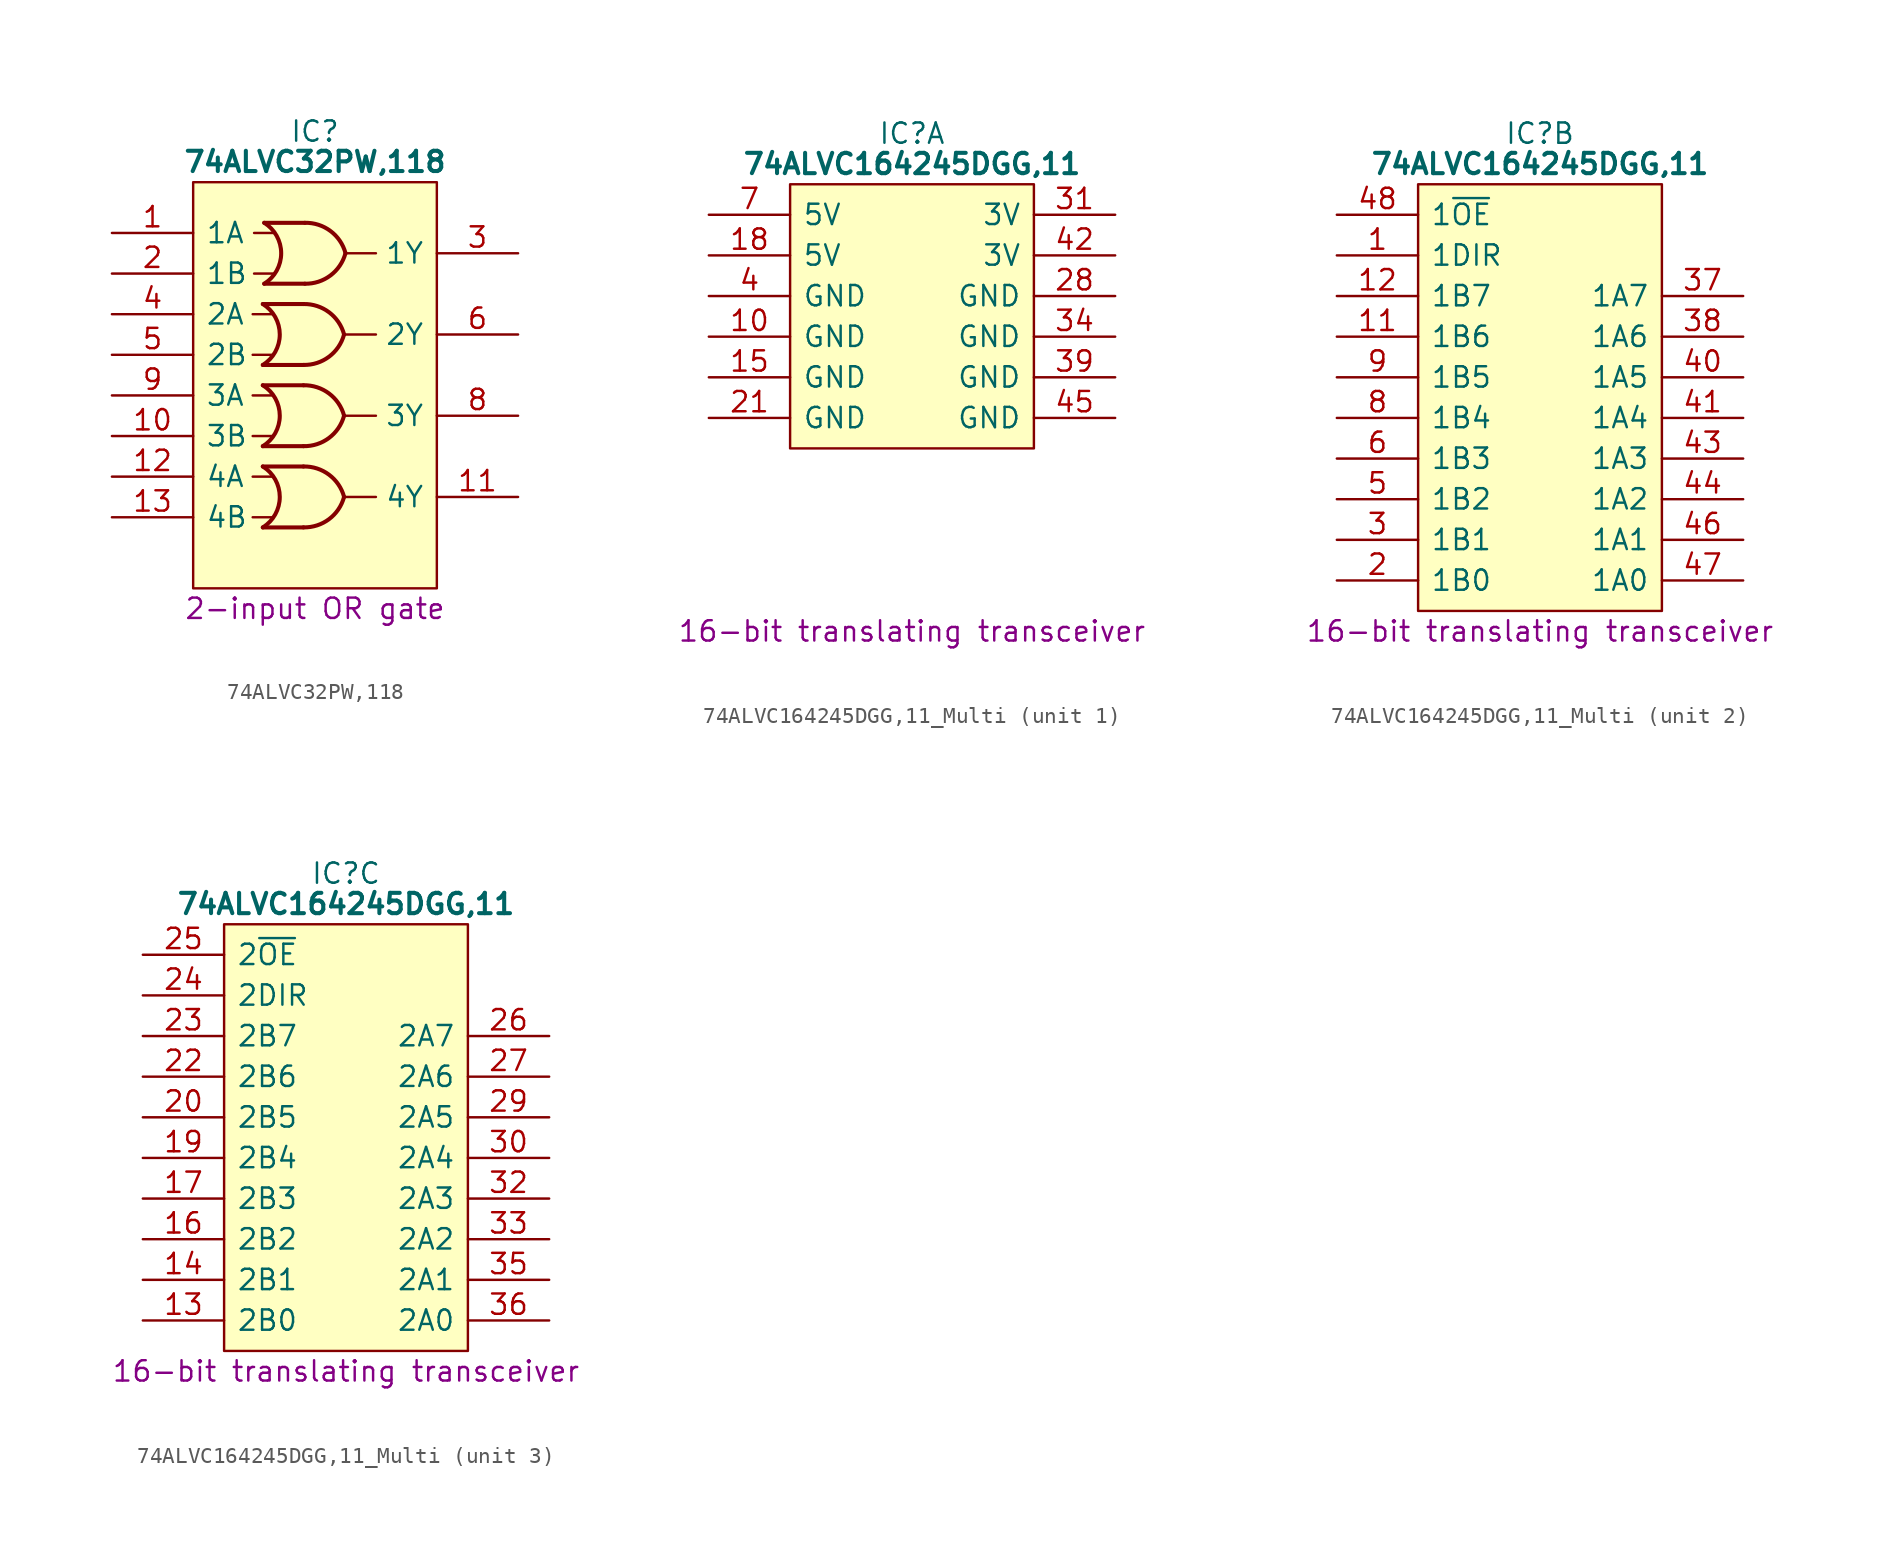
<source format=kicad_sym>
(kicad_symbol_lib
  (version 20231120)
  (generator "kicad_symbol_editor")
  (generator_version "8.0")
  (symbol "74ALVC32PW,118"
    (pin_names
      (offset 0.762))
    (property "Reference" "IC"
      (at 12.7 6.35 0)
      (effects (font (size 1.27 1.27))))
    (property "Value" "74ALVC32PW,118"
      (at 12.7 4.445 0)
      (effects (font (size 1.27 1.27) (bold yes))))
    (property "Description" "2-input OR gate"
      (at 12.7 -23.495 0)
      (effects (font (size 1.27 1.27))))
    (symbol "74ALVC32PW,118_0_0"
      (pin input line (at 0 0 0) (length 5.08) (name "1A" (effects (font (size 1.27 1.27)))) (number "1" (effects (font (size 1.27 1.27)))))
      (pin input line (at 0 -12.7 0) (length 5.08) (name "3B" (effects (font (size 1.27 1.27)))) (number "10" (effects (font (size 1.27 1.27)))))
      (pin output line (at 25.4 -16.51 180) (length 5.08) (name "4Y" (effects (font (size 1.27 1.27)))) (number "11" (effects (font (size 1.27 1.27)))))
      (pin input line (at 0 -15.24 0) (length 5.08) (name "4A" (effects (font (size 1.27 1.27)))) (number "12" (effects (font (size 1.27 1.27)))))
      (pin input line (at 0 -17.78 0) (length 5.08) (name "4B" (effects (font (size 1.27 1.27)))) (number "13" (effects (font (size 1.27 1.27)))))
      (pin passive line (at 25.4 1.27 180) (length 5.08) hide (name "3V" (effects (font (size 1.27 1.27)))) (number "14" (effects (font (size 1.27 1.27)))))
      (pin input line (at 0 -2.54 0) (length 5.08) (name "1B" (effects (font (size 1.27 1.27)))) (number "2" (effects (font (size 1.27 1.27)))))
      (pin output line (at 25.4 -1.27 180) (length 5.08) (name "1Y" (effects (font (size 1.27 1.27)))) (number "3" (effects (font (size 1.27 1.27)))))
      (pin input line (at 0 -5.08 0) (length 5.08) (name "2A" (effects (font (size 1.27 1.27)))) (number "4" (effects (font (size 1.27 1.27)))))
      (pin input line (at 0 -7.62 0) (length 5.08) (name "2B" (effects (font (size 1.27 1.27)))) (number "5" (effects (font (size 1.27 1.27)))))
      (pin output line (at 25.4 -6.35 180) (length 5.08) (name "2Y" (effects (font (size 1.27 1.27)))) (number "6" (effects (font (size 1.27 1.27)))))
      (pin passive line (at 0 -20.32 0) (length 5.08) hide (name "GND" (effects (font (size 1.27 1.27)))) (number "7" (effects (font (size 1.27 1.27)))))
      (pin output line (at 25.4 -11.43 180) (length 5.08) (name "3Y" (effects (font (size 1.27 1.27)))) (number "8" (effects (font (size 1.27 1.27)))))
      (pin input line (at 0 -10.16 0) (length 5.08) (name "3A" (effects (font (size 1.27 1.27)))) (number "9" (effects (font (size 1.27 1.27))))))
    (symbol "74ALVC32PW,118_0_1"
      (polyline (pts (xy 8.802 -17.78) (xy 10.072 -17.78)) (stroke (width 0) (type default)) (fill (type none)))
      (polyline (pts (xy 8.802 -15.24) (xy 10.072 -15.24)) (stroke (width 0) (type default)) (fill (type none)))
      (polyline (pts (xy 8.802 -12.7) (xy 10.072 -12.7)) (stroke (width 0) (type default)) (fill (type none)))
      (polyline (pts (xy 8.802 -10.16) (xy 10.072 -10.16)) (stroke (width 0) (type default)) (fill (type none)))
      (polyline (pts (xy 8.802 -7.62) (xy 10.072 -7.62)) (stroke (width 0) (type default)) (fill (type none)))
      (polyline (pts (xy 8.802 -5.08) (xy 10.072 -5.08)) (stroke (width 0) (type default)) (fill (type none)))
      (polyline (pts (xy 8.89 -2.54) (xy 10.16 -2.54)) (stroke (width 0) (type default)) (fill (type none)))
      (polyline (pts (xy 8.89 0) (xy 10.16 0)) (stroke (width 0) (type default)) (fill (type none)))
      (polyline (pts (xy 11.977 -18.415) (xy 9.437 -18.415)) (stroke (width 0.254) (type default)) (fill (type background)))
      (polyline (pts (xy 11.977 -14.605) (xy 9.437 -14.605)) (stroke (width 0.254) (type default)) (fill (type background)))
      (polyline (pts (xy 11.977 -13.335) (xy 9.437 -13.335)) (stroke (width 0.254) (type default)) (fill (type background)))
      (polyline (pts (xy 11.977 -9.525) (xy 9.437 -9.525)) (stroke (width 0.254) (type default)) (fill (type background)))
      (polyline (pts (xy 11.977 -8.255) (xy 9.437 -8.255)) (stroke (width 0.254) (type default)) (fill (type background)))
      (polyline (pts (xy 11.977 -4.445) (xy 9.437 -4.445)) (stroke (width 0.254) (type default)) (fill (type background)))
      (polyline (pts (xy 12.065 -3.175) (xy 9.525 -3.175)) (stroke (width 0.254) (type default)) (fill (type background)))
      (polyline (pts (xy 12.065 0.635) (xy 9.525 0.635)) (stroke (width 0.254) (type default)) (fill (type background)))
      (polyline (pts (xy 14.517 -16.51) (xy 16.51 -16.51)) (stroke (width 0) (type default)) (fill (type none)))
      (polyline (pts (xy 14.517 -11.43) (xy 16.51 -11.43)) (stroke (width 0) (type default)) (fill (type none)))
      (polyline (pts (xy 14.517 -6.35) (xy 16.51 -6.35)) (stroke (width 0) (type default)) (fill (type none)))
      (polyline (pts (xy 14.605 -1.27) (xy 16.51 -1.27)) (stroke (width 0) (type default)) (fill (type none)))
      (polyline (pts (xy 5.08 3.175) (xy 20.32 3.175) (xy 20.32 -22.225) (xy 5.08 -22.225) (xy 5.08 3.175)) (stroke (width 0.152) (type default)) (fill (type background)))
      (arc (start 9.437 -18.415) (mid 10.4969 -16.51) (end 9.437 -14.605) (stroke (width 0.254) (type default)) (fill (type none)))
      (arc (start 9.437 -13.335) (mid 10.4969 -11.43) (end 9.437 -9.525) (stroke (width 0.254) (type default)) (fill (type none)))
      (arc (start 9.437 -8.255) (mid 10.4969 -6.35) (end 9.437 -4.445) (stroke (width 0.254) (type default)) (fill (type none)))
      (arc (start 9.525 -3.175) (mid 10.5848 -1.27) (end 9.525 0.635) (stroke (width 0.254) (type default)) (fill (type none)))
      (arc (start 11.977 -18.415) (mid 13.5751 -17.9001) (end 14.517 -16.51) (stroke (width 0.254) (type default)) (fill (type none)))
      (arc (start 11.977 -13.335) (mid 13.5751 -12.8201) (end 14.517 -11.43) (stroke (width 0.254) (type default)) (fill (type none)))
      (arc (start 11.977 -8.255) (mid 13.5751 -7.7401) (end 14.517 -6.35) (stroke (width 0.254) (type default)) (fill (type none)))
      (arc (start 12.065 -3.175) (mid 13.6633 -2.6602) (end 14.605 -1.27) (stroke (width 0.254) (type default)) (fill (type none)))
      (arc (start 14.517 -16.51) (mid 13.5761 -15.1187) (end 11.977 -14.605) (stroke (width 0.254) (type default)) (fill (type none)))
      (arc (start 14.517 -11.43) (mid 13.5761 -10.0387) (end 11.977 -9.525) (stroke (width 0.254) (type default)) (fill (type none)))
      (arc (start 14.517 -6.35) (mid 13.5761 -4.9587) (end 11.977 -4.445) (stroke (width 0.254) (type default)) (fill (type none)))
      (arc (start 14.605 -1.27) (mid 13.664 0.1212) (end 12.065 0.635) (stroke (width 0.254) (type default)) (fill (type none)))))
  (symbol "74ALVC164245DGG,11_Multi"
    (pin_names
      (offset 0.762))
    (property "Reference" "IC"
      (at 12.7 5.08 0)
      (effects (font (size 1.27 1.27))))
    (property "Value" "74ALVC164245DGG,11"
      (at 12.7 3.175 0)
      (effects (font (size 1.27 1.27) (bold yes))))
    (property "Description" "16-bit translating transceiver"
      (at 12.7 -26.035 0)
      (effects (font (size 1.27 1.27))))
    (property "ki_locked" ""
      (at 0 0 0)
      (effects (font (size 1.27 1.27))))
    (symbol "74ALVC164245DGG,11_Multi_1_0"
      (pin passive line (at 0 -7.62 0) (length 5.08) (name "GND" (effects (font (size 1.27 1.27)))) (number "10" (effects (font (size 1.27 1.27)))))
      (pin passive line (at 0 -10.16 0) (length 5.08) (name "GND" (effects (font (size 1.27 1.27)))) (number "15" (effects (font (size 1.27 1.27)))))
      (pin passive line (at 0 -2.54 0) (length 5.08) (name "5V" (effects (font (size 1.27 1.27)))) (number "18" (effects (font (size 1.27 1.27)))))
      (pin passive line (at 0 -12.7 0) (length 5.08) (name "GND" (effects (font (size 1.27 1.27)))) (number "21" (effects (font (size 1.27 1.27)))))
      (pin passive line (at 25.4 -5.08 180) (length 5.08) (name "GND" (effects (font (size 1.27 1.27)))) (number "28" (effects (font (size 1.27 1.27)))))
      (pin passive line (at 25.4 0 180) (length 5.08) (name "3V" (effects (font (size 1.27 1.27)))) (number "31" (effects (font (size 1.27 1.27)))))
      (pin passive line (at 25.4 -7.62 180) (length 5.08) (name "GND" (effects (font (size 1.27 1.27)))) (number "34" (effects (font (size 1.27 1.27)))))
      (pin passive line (at 25.4 -10.16 180) (length 5.08) (name "GND" (effects (font (size 1.27 1.27)))) (number "39" (effects (font (size 1.27 1.27)))))
      (pin passive line (at 0 -5.08 0) (length 5.08) (name "GND" (effects (font (size 1.27 1.27)))) (number "4" (effects (font (size 1.27 1.27)))))
      (pin passive line (at 25.4 -2.54 180) (length 5.08) (name "3V" (effects (font (size 1.27 1.27)))) (number "42" (effects (font (size 1.27 1.27)))))
      (pin passive line (at 25.4 -12.7 180) (length 5.08) (name "GND" (effects (font (size 1.27 1.27)))) (number "45" (effects (font (size 1.27 1.27)))))
      (pin passive line (at 0 0 0) (length 5.08) (name "5V" (effects (font (size 1.27 1.27)))) (number "7" (effects (font (size 1.27 1.27))))))
    (symbol "74ALVC164245DGG,11_Multi_1_1"
      (polyline (pts (xy 5.08 1.905) (xy 20.32 1.905) (xy 20.32 -14.605) (xy 5.08 -14.605) (xy 5.08 1.905)) (stroke (width 0.152) (type default)) (fill (type background))))
    (symbol "74ALVC164245DGG,11_Multi_2_0"
      (pin input line (at 0 -2.54 0) (length 5.08) (name "1DIR" (effects (font (size 1.27 1.27)))) (number "1" (effects (font (size 1.27 1.27)))))
      (pin bidirectional line (at 0 -7.62 0) (length 5.08) (name "1B6" (effects (font (size 1.27 1.27)))) (number "11" (effects (font (size 1.27 1.27)))))
      (pin bidirectional line (at 0 -5.08 0) (length 5.08) (name "1B7" (effects (font (size 1.27 1.27)))) (number "12" (effects (font (size 1.27 1.27)))))
      (pin bidirectional line (at 0 -22.86 0) (length 5.08) (name "1B0" (effects (font (size 1.27 1.27)))) (number "2" (effects (font (size 1.27 1.27)))))
      (pin bidirectional line (at 0 -20.32 0) (length 5.08) (name "1B1" (effects (font (size 1.27 1.27)))) (number "3" (effects (font (size 1.27 1.27)))))
      (pin bidirectional line (at 25.4 -5.08 180) (length 5.08) (name "1A7" (effects (font (size 1.27 1.27)))) (number "37" (effects (font (size 1.27 1.27)))))
      (pin bidirectional line (at 25.4 -7.62 180) (length 5.08) (name "1A6" (effects (font (size 1.27 1.27)))) (number "38" (effects (font (size 1.27 1.27)))))
      (pin bidirectional line (at 25.4 -10.16 180) (length 5.08) (name "1A5" (effects (font (size 1.27 1.27)))) (number "40" (effects (font (size 1.27 1.27)))))
      (pin bidirectional line (at 25.4 -12.7 180) (length 5.08) (name "1A4" (effects (font (size 1.27 1.27)))) (number "41" (effects (font (size 1.27 1.27)))))
      (pin bidirectional line (at 25.4 -15.24 180) (length 5.08) (name "1A3" (effects (font (size 1.27 1.27)))) (number "43" (effects (font (size 1.27 1.27)))))
      (pin bidirectional line (at 25.4 -17.78 180) (length 5.08) (name "1A2" (effects (font (size 1.27 1.27)))) (number "44" (effects (font (size 1.27 1.27)))))
      (pin bidirectional line (at 25.4 -20.32 180) (length 5.08) (name "1A1" (effects (font (size 1.27 1.27)))) (number "46" (effects (font (size 1.27 1.27)))))
      (pin bidirectional line (at 25.4 -22.86 180) (length 5.08) (name "1A0" (effects (font (size 1.27 1.27)))) (number "47" (effects (font (size 1.27 1.27)))))
      (pin input line (at 0 0 0) (length 5.08) (name "1~{OE}" (effects (font (size 1.27 1.27)))) (number "48" (effects (font (size 1.27 1.27)))))
      (pin bidirectional line (at 0 -17.78 0) (length 5.08) (name "1B2" (effects (font (size 1.27 1.27)))) (number "5" (effects (font (size 1.27 1.27)))))
      (pin bidirectional line (at 0 -15.24 0) (length 5.08) (name "1B3" (effects (font (size 1.27 1.27)))) (number "6" (effects (font (size 1.27 1.27)))))
      (pin bidirectional line (at 0 -12.7 0) (length 5.08) (name "1B4" (effects (font (size 1.27 1.27)))) (number "8" (effects (font (size 1.27 1.27)))))
      (pin bidirectional line (at 0 -10.16 0) (length 5.08) (name "1B5" (effects (font (size 1.27 1.27)))) (number "9" (effects (font (size 1.27 1.27))))))
    (symbol "74ALVC164245DGG,11_Multi_2_1"
      (polyline (pts (xy 5.08 1.905) (xy 20.32 1.905) (xy 20.32 -24.765) (xy 5.08 -24.765) (xy 5.08 1.905)) (stroke (width 0.152) (type default)) (fill (type background))))
    (symbol "74ALVC164245DGG,11_Multi_3_0"
      (pin bidirectional line (at 0 -22.86 0) (length 5.08) (name "2B0" (effects (font (size 1.27 1.27)))) (number "13" (effects (font (size 1.27 1.27)))))
      (pin bidirectional line (at 0 -20.32 0) (length 5.08) (name "2B1" (effects (font (size 1.27 1.27)))) (number "14" (effects (font (size 1.27 1.27)))))
      (pin bidirectional line (at 0 -17.78 0) (length 5.08) (name "2B2" (effects (font (size 1.27 1.27)))) (number "16" (effects (font (size 1.27 1.27)))))
      (pin bidirectional line (at 0 -15.24 0) (length 5.08) (name "2B3" (effects (font (size 1.27 1.27)))) (number "17" (effects (font (size 1.27 1.27)))))
      (pin bidirectional line (at 0 -12.7 0) (length 5.08) (name "2B4" (effects (font (size 1.27 1.27)))) (number "19" (effects (font (size 1.27 1.27)))))
      (pin bidirectional line (at 0 -10.16 0) (length 5.08) (name "2B5" (effects (font (size 1.27 1.27)))) (number "20" (effects (font (size 1.27 1.27)))))
      (pin bidirectional line (at 0 -7.62 0) (length 5.08) (name "2B6" (effects (font (size 1.27 1.27)))) (number "22" (effects (font (size 1.27 1.27)))))
      (pin bidirectional line (at 0 -5.08 0) (length 5.08) (name "2B7" (effects (font (size 1.27 1.27)))) (number "23" (effects (font (size 1.27 1.27)))))
      (pin input line (at 0 -2.54 0) (length 5.08) (name "2DIR" (effects (font (size 1.27 1.27)))) (number "24" (effects (font (size 1.27 1.27)))))
      (pin input line (at 0 0 0) (length 5.08) (name "2~{OE}" (effects (font (size 1.27 1.27)))) (number "25" (effects (font (size 1.27 1.27)))))
      (pin bidirectional line (at 25.4 -5.08 180) (length 5.08) (name "2A7" (effects (font (size 1.27 1.27)))) (number "26" (effects (font (size 1.27 1.27)))))
      (pin bidirectional line (at 25.4 -7.62 180) (length 5.08) (name "2A6" (effects (font (size 1.27 1.27)))) (number "27" (effects (font (size 1.27 1.27)))))
      (pin bidirectional line (at 25.4 -10.16 180) (length 5.08) (name "2A5" (effects (font (size 1.27 1.27)))) (number "29" (effects (font (size 1.27 1.27)))))
      (pin bidirectional line (at 25.4 -12.7 180) (length 5.08) (name "2A4" (effects (font (size 1.27 1.27)))) (number "30" (effects (font (size 1.27 1.27)))))
      (pin bidirectional line (at 25.4 -15.24 180) (length 5.08) (name "2A3" (effects (font (size 1.27 1.27)))) (number "32" (effects (font (size 1.27 1.27)))))
      (pin bidirectional line (at 25.4 -17.78 180) (length 5.08) (name "2A2" (effects (font (size 1.27 1.27)))) (number "33" (effects (font (size 1.27 1.27)))))
      (pin bidirectional line (at 25.4 -20.32 180) (length 5.08) (name "2A1" (effects (font (size 1.27 1.27)))) (number "35" (effects (font (size 1.27 1.27)))))
      (pin bidirectional line (at 25.4 -22.86 180) (length 5.08) (name "2A0" (effects (font (size 1.27 1.27)))) (number "36" (effects (font (size 1.27 1.27))))))
    (symbol "74ALVC164245DGG,11_Multi_3_1"
      (polyline (pts (xy 5.08 1.905) (xy 20.32 1.905) (xy 20.32 -24.765) (xy 5.08 -24.765) (xy 5.08 1.905)) (stroke (width 0.152) (type default)) (fill (type background))))))
</source>
